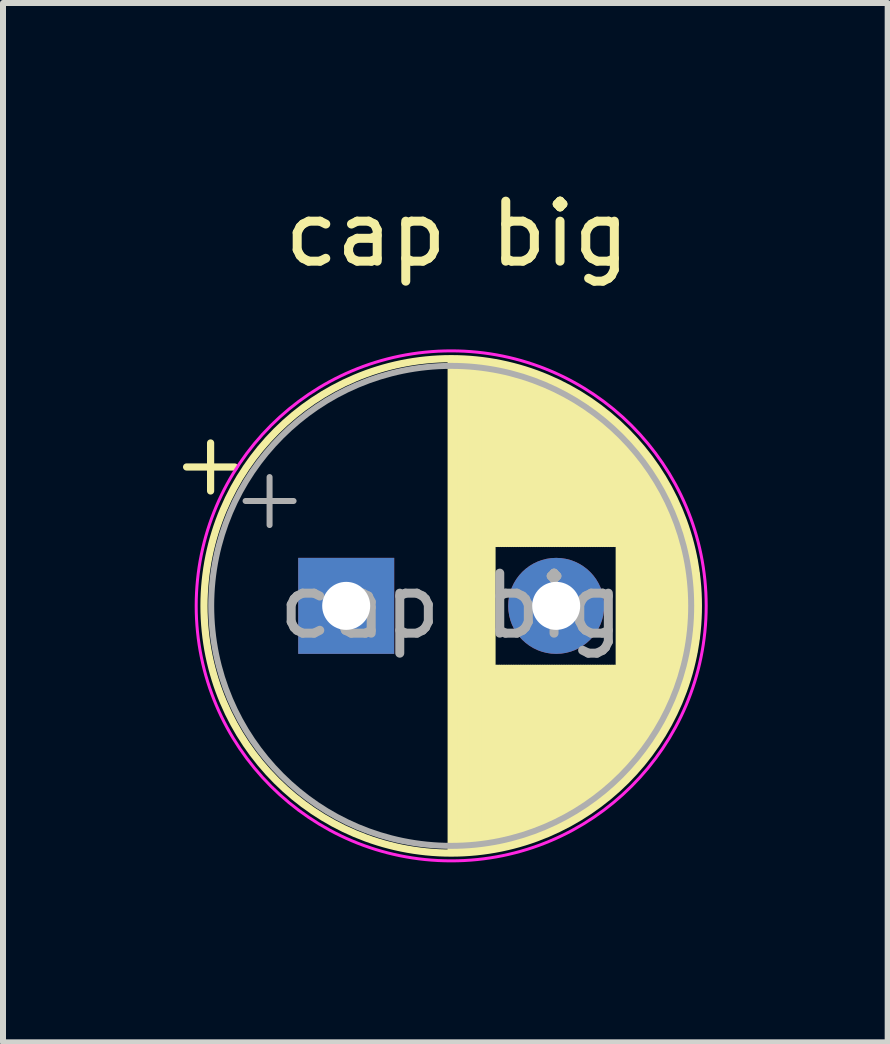
<source format=kicad_pcb>
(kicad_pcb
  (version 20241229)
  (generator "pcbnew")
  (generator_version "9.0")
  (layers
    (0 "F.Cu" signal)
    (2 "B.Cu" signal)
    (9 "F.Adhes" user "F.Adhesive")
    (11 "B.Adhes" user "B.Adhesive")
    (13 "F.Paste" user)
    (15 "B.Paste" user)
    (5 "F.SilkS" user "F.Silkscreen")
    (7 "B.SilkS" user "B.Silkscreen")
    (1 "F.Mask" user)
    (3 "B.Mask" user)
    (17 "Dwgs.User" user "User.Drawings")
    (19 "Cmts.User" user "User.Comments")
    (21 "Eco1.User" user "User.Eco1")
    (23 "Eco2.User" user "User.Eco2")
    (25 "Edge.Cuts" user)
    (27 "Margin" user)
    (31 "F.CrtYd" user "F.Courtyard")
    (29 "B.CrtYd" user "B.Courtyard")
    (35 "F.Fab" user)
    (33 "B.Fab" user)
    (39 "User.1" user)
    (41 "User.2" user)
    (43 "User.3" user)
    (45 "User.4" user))
  (footprint "cap big"
    (layer "F.Cu")
    (at 4.47 7.048)
    (property "Reference" "cap big" (at 0.1 -6.2 0) (unlocked yes) (layer "F.SilkS") (effects (font (size 1 1) (thickness 0.15))))
    (attr through_hole)
    (fp_line (start -4.41 -2.315) (end -3.61 -2.315) (stroke (width 0.12) (type solid)) (layer "F.SilkS"))
    (fp_line (start -4.01 -2.715) (end -4.01 -1.915) (stroke (width 0.12) (type solid)) (layer "F.SilkS"))
    (fp_line (start 0 -4.08) (end 0 4.08) (stroke (width 0.12) (type solid)) (layer "F.SilkS"))
    (fp_line (start 0.04 -4.08) (end 0.04 4.08) (stroke (width 0.12) (type solid)) (layer "F.SilkS"))
    (fp_line (start 0.08 -4.08) (end 0.08 4.08) (stroke (width 0.12) (type solid)) (layer "F.SilkS"))
    (fp_line (start 0.12 -4.079) (end 0.12 4.079) (stroke (width 0.12) (type solid)) (layer "F.SilkS"))
    (fp_line (start 0.16 -4.077) (end 0.16 4.077) (stroke (width 0.12) (type solid)) (layer "F.SilkS"))
    (fp_line (start 0.2 -4.076) (end 0.2 4.076) (stroke (width 0.12) (type solid)) (layer "F.SilkS"))
    (fp_line (start 0.24 -4.074) (end 0.24 4.074) (stroke (width 0.12) (type solid)) (layer "F.SilkS"))
    (fp_line (start 0.28 -4.071) (end 0.28 4.071) (stroke (width 0.12) (type solid)) (layer "F.SilkS"))
    (fp_line (start 0.32 -4.068) (end 0.32 4.068) (stroke (width 0.12) (type solid)) (layer "F.SilkS"))
    (fp_line (start 0.36 -4.065) (end 0.36 4.065) (stroke (width 0.12) (type solid)) (layer "F.SilkS"))
    (fp_line (start 0.4 -4.061) (end 0.4 4.061) (stroke (width 0.12) (type solid)) (layer "F.SilkS"))
    (fp_line (start 0.44 -4.057) (end 0.44 4.057) (stroke (width 0.12) (type solid)) (layer "F.SilkS"))
    (fp_line (start 0.48 -4.052) (end 0.48 4.052) (stroke (width 0.12) (type solid)) (layer "F.SilkS"))
    (fp_line (start 0.52 -4.048) (end 0.52 4.048) (stroke (width 0.12) (type solid)) (layer "F.SilkS"))
    (fp_line (start 0.56 -4.042) (end 0.56 4.042) (stroke (width 0.12) (type solid)) (layer "F.SilkS"))
    (fp_line (start 0.6 -4.037) (end 0.6 4.037) (stroke (width 0.12) (type solid)) (layer "F.SilkS"))
    (fp_line (start 0.64 -4.03) (end 0.64 4.03) (stroke (width 0.12) (type solid)) (layer "F.SilkS"))
    (fp_line (start 0.68 -4.024) (end 0.68 4.024) (stroke (width 0.12) (type solid)) (layer "F.SilkS"))
    (fp_line (start 0.721 -4.017) (end 0.721 -1.04) (stroke (width 0.12) (type solid)) (layer "F.SilkS"))
    (fp_line (start 0.721 1.04) (end 0.721 4.017) (stroke (width 0.12) (type solid)) (layer "F.SilkS"))
    (fp_line (start 0.761 -4.01) (end 0.761 -1.04) (stroke (width 0.12) (type solid)) (layer "F.SilkS"))
    (fp_line (start 0.761 1.04) (end 0.761 4.01) (stroke (width 0.12) (type solid)) (layer "F.SilkS"))
    (fp_line (start 0.801 -4.002) (end 0.801 -1.04) (stroke (width 0.12) (type solid)) (layer "F.SilkS"))
    (fp_line (start 0.801 1.04) (end 0.801 4.002) (stroke (width 0.12) (type solid)) (layer "F.SilkS"))
    (fp_line (start 0.841 -3.994) (end 0.841 -1.04) (stroke (width 0.12) (type solid)) (layer "F.SilkS"))
    (fp_line (start 0.841 1.04) (end 0.841 3.994) (stroke (width 0.12) (type solid)) (layer "F.SilkS"))
    (fp_line (start 0.881 -3.985) (end 0.881 -1.04) (stroke (width 0.12) (type solid)) (layer "F.SilkS"))
    (fp_line (start 0.881 1.04) (end 0.881 3.985) (stroke (width 0.12) (type solid)) (layer "F.SilkS"))
    (fp_line (start 0.921 -3.976) (end 0.921 -1.04) (stroke (width 0.12) (type solid)) (layer "F.SilkS"))
    (fp_line (start 0.921 1.04) (end 0.921 3.976) (stroke (width 0.12) (type solid)) (layer "F.SilkS"))
    (fp_line (start 0.961 -3.967) (end 0.961 -1.04) (stroke (width 0.12) (type solid)) (layer "F.SilkS"))
    (fp_line (start 0.961 1.04) (end 0.961 3.967) (stroke (width 0.12) (type solid)) (layer "F.SilkS"))
    (fp_line (start 1.001 -3.957) (end 1.001 -1.04) (stroke (width 0.12) (type solid)) (layer "F.SilkS"))
    (fp_line (start 1.001 1.04) (end 1.001 3.957) (stroke (width 0.12) (type solid)) (layer "F.SilkS"))
    (fp_line (start 1.041 -3.947) (end 1.041 -1.04) (stroke (width 0.12) (type solid)) (layer "F.SilkS"))
    (fp_line (start 1.041 1.04) (end 1.041 3.947) (stroke (width 0.12) (type solid)) (layer "F.SilkS"))
    (fp_line (start 1.081 -3.936) (end 1.081 -1.04) (stroke (width 0.12) (type solid)) (layer "F.SilkS"))
    (fp_line (start 1.081 1.04) (end 1.081 3.936) (stroke (width 0.12) (type solid)) (layer "F.SilkS"))
    (fp_line (start 1.121 -3.925) (end 1.121 -1.04) (stroke (width 0.12) (type solid)) (layer "F.SilkS"))
    (fp_line (start 1.121 1.04) (end 1.121 3.925) (stroke (width 0.12) (type solid)) (layer "F.SilkS"))
    (fp_line (start 1.161 -3.914) (end 1.161 -1.04) (stroke (width 0.12) (type solid)) (layer "F.SilkS"))
    (fp_line (start 1.161 1.04) (end 1.161 3.914) (stroke (width 0.12) (type solid)) (layer "F.SilkS"))
    (fp_line (start 1.201 -3.902) (end 1.201 -1.04) (stroke (width 0.12) (type solid)) (layer "F.SilkS"))
    (fp_line (start 1.201 1.04) (end 1.201 3.902) (stroke (width 0.12) (type solid)) (layer "F.SilkS"))
    (fp_line (start 1.241 -3.889) (end 1.241 -1.04) (stroke (width 0.12) (type solid)) (layer "F.SilkS"))
    (fp_line (start 1.241 1.04) (end 1.241 3.889) (stroke (width 0.12) (type solid)) (layer "F.SilkS"))
    (fp_line (start 1.281 -3.877) (end 1.281 -1.04) (stroke (width 0.12) (type solid)) (layer "F.SilkS"))
    (fp_line (start 1.281 1.04) (end 1.281 3.877) (stroke (width 0.12) (type solid)) (layer "F.SilkS"))
    (fp_line (start 1.321 -3.863) (end 1.321 -1.04) (stroke (width 0.12) (type solid)) (layer "F.SilkS"))
    (fp_line (start 1.321 1.04) (end 1.321 3.863) (stroke (width 0.12) (type solid)) (layer "F.SilkS"))
    (fp_line (start 1.361 -3.85) (end 1.361 -1.04) (stroke (width 0.12) (type solid)) (layer "F.SilkS"))
    (fp_line (start 1.361 1.04) (end 1.361 3.85) (stroke (width 0.12) (type solid)) (layer "F.SilkS"))
    (fp_line (start 1.401 -3.835) (end 1.401 -1.04) (stroke (width 0.12) (type solid)) (layer "F.SilkS"))
    (fp_line (start 1.401 1.04) (end 1.401 3.835) (stroke (width 0.12) (type solid)) (layer "F.SilkS"))
    (fp_line (start 1.441 -3.821) (end 1.441 -1.04) (stroke (width 0.12) (type solid)) (layer "F.SilkS"))
    (fp_line (start 1.441 1.04) (end 1.441 3.821) (stroke (width 0.12) (type solid)) (layer "F.SilkS"))
    (fp_line (start 1.481 -3.805) (end 1.481 -1.04) (stroke (width 0.12) (type solid)) (layer "F.SilkS"))
    (fp_line (start 1.481 1.04) (end 1.481 3.805) (stroke (width 0.12) (type solid)) (layer "F.SilkS"))
    (fp_line (start 1.521 -3.79) (end 1.521 -1.04) (stroke (width 0.12) (type solid)) (layer "F.SilkS"))
    (fp_line (start 1.521 1.04) (end 1.521 3.79) (stroke (width 0.12) (type solid)) (layer "F.SilkS"))
    (fp_line (start 1.561 -3.774) (end 1.561 -1.04) (stroke (width 0.12) (type solid)) (layer "F.SilkS"))
    (fp_line (start 1.561 1.04) (end 1.561 3.774) (stroke (width 0.12) (type solid)) (layer "F.SilkS"))
    (fp_line (start 1.601 -3.757) (end 1.601 -1.04) (stroke (width 0.12) (type solid)) (layer "F.SilkS"))
    (fp_line (start 1.601 1.04) (end 1.601 3.757) (stroke (width 0.12) (type solid)) (layer "F.SilkS"))
    (fp_line (start 1.641 -3.74) (end 1.641 -1.04) (stroke (width 0.12) (type solid)) (layer "F.SilkS"))
    (fp_line (start 1.641 1.04) (end 1.641 3.74) (stroke (width 0.12) (type solid)) (layer "F.SilkS"))
    (fp_line (start 1.681 -3.722) (end 1.681 -1.04) (stroke (width 0.12) (type solid)) (layer "F.SilkS"))
    (fp_line (start 1.681 1.04) (end 1.681 3.722) (stroke (width 0.12) (type solid)) (layer "F.SilkS"))
    (fp_line (start 1.721 -3.704) (end 1.721 -1.04) (stroke (width 0.12) (type solid)) (layer "F.SilkS"))
    (fp_line (start 1.721 1.04) (end 1.721 3.704) (stroke (width 0.12) (type solid)) (layer "F.SilkS"))
    (fp_line (start 1.761 -3.686) (end 1.761 -1.04) (stroke (width 0.12) (type solid)) (layer "F.SilkS"))
    (fp_line (start 1.761 1.04) (end 1.761 3.686) (stroke (width 0.12) (type solid)) (layer "F.SilkS"))
    (fp_line (start 1.801 -3.666) (end 1.801 -1.04) (stroke (width 0.12) (type solid)) (layer "F.SilkS"))
    (fp_line (start 1.801 1.04) (end 1.801 3.666) (stroke (width 0.12) (type solid)) (layer "F.SilkS"))
    (fp_line (start 1.841 -3.647) (end 1.841 -1.04) (stroke (width 0.12) (type solid)) (layer "F.SilkS"))
    (fp_line (start 1.841 1.04) (end 1.841 3.647) (stroke (width 0.12) (type solid)) (layer "F.SilkS"))
    (fp_line (start 1.881 -3.627) (end 1.881 -1.04) (stroke (width 0.12) (type solid)) (layer "F.SilkS"))
    (fp_line (start 1.881 1.04) (end 1.881 3.627) (stroke (width 0.12) (type solid)) (layer "F.SilkS"))
    (fp_line (start 1.921 -3.606) (end 1.921 -1.04) (stroke (width 0.12) (type solid)) (layer "F.SilkS"))
    (fp_line (start 1.921 1.04) (end 1.921 3.606) (stroke (width 0.12) (type solid)) (layer "F.SilkS"))
    (fp_line (start 1.961 -3.584) (end 1.961 -1.04) (stroke (width 0.12) (type solid)) (layer "F.SilkS"))
    (fp_line (start 1.961 1.04) (end 1.961 3.584) (stroke (width 0.12) (type solid)) (layer "F.SilkS"))
    (fp_line (start 2.001 -3.562) (end 2.001 -1.04) (stroke (width 0.12) (type solid)) (layer "F.SilkS"))
    (fp_line (start 2.001 1.04) (end 2.001 3.562) (stroke (width 0.12) (type solid)) (layer "F.SilkS"))
    (fp_line (start 2.041 -3.54) (end 2.041 -1.04) (stroke (width 0.12) (type solid)) (layer "F.SilkS"))
    (fp_line (start 2.041 1.04) (end 2.041 3.54) (stroke (width 0.12) (type solid)) (layer "F.SilkS"))
    (fp_line (start 2.081 -3.517) (end 2.081 -1.04) (stroke (width 0.12) (type solid)) (layer "F.SilkS"))
    (fp_line (start 2.081 1.04) (end 2.081 3.517) (stroke (width 0.12) (type solid)) (layer "F.SilkS"))
    (fp_line (start 2.121 -3.493) (end 2.121 -1.04) (stroke (width 0.12) (type solid)) (layer "F.SilkS"))
    (fp_line (start 2.121 1.04) (end 2.121 3.493) (stroke (width 0.12) (type solid)) (layer "F.SilkS"))
    (fp_line (start 2.161 -3.469) (end 2.161 -1.04) (stroke (width 0.12) (type solid)) (layer "F.SilkS"))
    (fp_line (start 2.161 1.04) (end 2.161 3.469) (stroke (width 0.12) (type solid)) (layer "F.SilkS"))
    (fp_line (start 2.201 -3.444) (end 2.201 -1.04) (stroke (width 0.12) (type solid)) (layer "F.SilkS"))
    (fp_line (start 2.201 1.04) (end 2.201 3.444) (stroke (width 0.12) (type solid)) (layer "F.SilkS"))
    (fp_line (start 2.241 -3.418) (end 2.241 -1.04) (stroke (width 0.12) (type solid)) (layer "F.SilkS"))
    (fp_line (start 2.241 1.04) (end 2.241 3.418) (stroke (width 0.12) (type solid)) (layer "F.SilkS"))
    (fp_line (start 2.281 -3.392) (end 2.281 -1.04) (stroke (width 0.12) (type solid)) (layer "F.SilkS"))
    (fp_line (start 2.281 1.04) (end 2.281 3.392) (stroke (width 0.12) (type solid)) (layer "F.SilkS"))
    (fp_line (start 2.321 -3.365) (end 2.321 -1.04) (stroke (width 0.12) (type solid)) (layer "F.SilkS"))
    (fp_line (start 2.321 1.04) (end 2.321 3.365) (stroke (width 0.12) (type solid)) (layer "F.SilkS"))
    (fp_line (start 2.361 -3.338) (end 2.361 -1.04) (stroke (width 0.12) (type solid)) (layer "F.SilkS"))
    (fp_line (start 2.361 1.04) (end 2.361 3.338) (stroke (width 0.12) (type solid)) (layer "F.SilkS"))
    (fp_line (start 2.401 -3.309) (end 2.401 -1.04) (stroke (width 0.12) (type solid)) (layer "F.SilkS"))
    (fp_line (start 2.401 1.04) (end 2.401 3.309) (stroke (width 0.12) (type solid)) (layer "F.SilkS"))
    (fp_line (start 2.441 -3.28) (end 2.441 -1.04) (stroke (width 0.12) (type solid)) (layer "F.SilkS"))
    (fp_line (start 2.441 1.04) (end 2.441 3.28) (stroke (width 0.12) (type solid)) (layer "F.SilkS"))
    (fp_line (start 2.481 -3.25) (end 2.481 -1.04) (stroke (width 0.12) (type solid)) (layer "F.SilkS"))
    (fp_line (start 2.481 1.04) (end 2.481 3.25) (stroke (width 0.12) (type solid)) (layer "F.SilkS"))
    (fp_line (start 2.521 -3.22) (end 2.521 -1.04) (stroke (width 0.12) (type solid)) (layer "F.SilkS"))
    (fp_line (start 2.521 1.04) (end 2.521 3.22) (stroke (width 0.12) (type solid)) (layer "F.SilkS"))
    (fp_line (start 2.561 -3.189) (end 2.561 -1.04) (stroke (width 0.12) (type solid)) (layer "F.SilkS"))
    (fp_line (start 2.561 1.04) (end 2.561 3.189) (stroke (width 0.12) (type solid)) (layer "F.SilkS"))
    (fp_line (start 2.601 -3.156) (end 2.601 -1.04) (stroke (width 0.12) (type solid)) (layer "F.SilkS"))
    (fp_line (start 2.601 1.04) (end 2.601 3.156) (stroke (width 0.12) (type solid)) (layer "F.SilkS"))
    (fp_line (start 2.641 -3.124) (end 2.641 -1.04) (stroke (width 0.12) (type solid)) (layer "F.SilkS"))
    (fp_line (start 2.641 1.04) (end 2.641 3.124) (stroke (width 0.12) (type solid)) (layer "F.SilkS"))
    (fp_line (start 2.681 -3.09) (end 2.681 -1.04) (stroke (width 0.12) (type solid)) (layer "F.SilkS"))
    (fp_line (start 2.681 1.04) (end 2.681 3.09) (stroke (width 0.12) (type solid)) (layer "F.SilkS"))
    (fp_line (start 2.721 -3.055) (end 2.721 -1.04) (stroke (width 0.12) (type solid)) (layer "F.SilkS"))
    (fp_line (start 2.721 1.04) (end 2.721 3.055) (stroke (width 0.12) (type solid)) (layer "F.SilkS"))
    (fp_line (start 2.761 -3.019) (end 2.761 -1.04) (stroke (width 0.12) (type solid)) (layer "F.SilkS"))
    (fp_line (start 2.761 1.04) (end 2.761 3.019) (stroke (width 0.12) (type solid)) (layer "F.SilkS"))
    (fp_line (start 2.801 -2.983) (end 2.801 2.983) (stroke (width 0.12) (type solid)) (layer "F.SilkS"))
    (fp_line (start 2.841 -2.945) (end 2.841 2.945) (stroke (width 0.12) (type solid)) (layer "F.SilkS"))
    (fp_line (start 2.881 -2.907) (end 2.881 2.907) (stroke (width 0.12) (type solid)) (layer "F.SilkS"))
    (fp_line (start 2.921 -2.867) (end 2.921 2.867) (stroke (width 0.12) (type solid)) (layer "F.SilkS"))
    (fp_line (start 2.961 -2.826) (end 2.961 2.826) (stroke (width 0.12) (type solid)) (layer "F.SilkS"))
    (fp_line (start 3.001 -2.784) (end 3.001 2.784) (stroke (width 0.12) (type solid)) (layer "F.SilkS"))
    (fp_line (start 3.041 -2.741) (end 3.041 2.741) (stroke (width 0.12) (type solid)) (layer "F.SilkS"))
    (fp_line (start 3.081 -2.697) (end 3.081 2.697) (stroke (width 0.12) (type solid)) (layer "F.SilkS"))
    (fp_line (start 3.121 -2.651) (end 3.121 2.651) (stroke (width 0.12) (type solid)) (layer "F.SilkS"))
    (fp_line (start 3.161 -2.604) (end 3.161 2.604) (stroke (width 0.12) (type solid)) (layer "F.SilkS"))
    (fp_line (start 3.201 -2.556) (end 3.201 2.556) (stroke (width 0.12) (type solid)) (layer "F.SilkS"))
    (fp_line (start 3.241 -2.505) (end 3.241 2.505) (stroke (width 0.12) (type solid)) (layer "F.SilkS"))
    (fp_line (start 3.281 -2.454) (end 3.281 2.454) (stroke (width 0.12) (type solid)) (layer "F.SilkS"))
    (fp_line (start 3.321 -2.4) (end 3.321 2.4) (stroke (width 0.12) (type solid)) (layer "F.SilkS"))
    (fp_line (start 3.361 -2.345) (end 3.361 2.345) (stroke (width 0.12) (type solid)) (layer "F.SilkS"))
    (fp_line (start 3.401 -2.287) (end 3.401 2.287) (stroke (width 0.12) (type solid)) (layer "F.SilkS"))
    (fp_line (start 3.441 -2.228) (end 3.441 2.228) (stroke (width 0.12) (type solid)) (layer "F.SilkS"))
    (fp_line (start 3.481 -2.166) (end 3.481 2.166) (stroke (width 0.12) (type solid)) (layer "F.SilkS"))
    (fp_line (start 3.521 -2.102) (end 3.521 2.102) (stroke (width 0.12) (type solid)) (layer "F.SilkS"))
    (fp_line (start 3.561 -2.034) (end 3.561 2.034) (stroke (width 0.12) (type solid)) (layer "F.SilkS"))
    (fp_line (start 3.601 -1.964) (end 3.601 1.964) (stroke (width 0.12) (type solid)) (layer "F.SilkS"))
    (fp_line (start 3.641 -1.89) (end 3.641 1.89) (stroke (width 0.12) (type solid)) (layer "F.SilkS"))
    (fp_line (start 3.681 -1.813) (end 3.681 1.813) (stroke (width 0.12) (type solid)) (layer "F.SilkS"))
    (fp_line (start 3.721 -1.731) (end 3.721 1.731) (stroke (width 0.12) (type solid)) (layer "F.SilkS"))
    (fp_line (start 3.761 -1.645) (end 3.761 1.645) (stroke (width 0.12) (type solid)) (layer "F.SilkS"))
    (fp_line (start 3.801 -1.552) (end 3.801 1.552) (stroke (width 0.12) (type solid)) (layer "F.SilkS"))
    (fp_line (start 3.841 -1.453) (end 3.841 1.453) (stroke (width 0.12) (type solid)) (layer "F.SilkS"))
    (fp_line (start 3.881 -1.346) (end 3.881 1.346) (stroke (width 0.12) (type solid)) (layer "F.SilkS"))
    (fp_line (start 3.921 -1.229) (end 3.921 1.229) (stroke (width 0.12) (type solid)) (layer "F.SilkS"))
    (fp_line (start 3.961 -1.098) (end 3.961 1.098) (stroke (width 0.12) (type solid)) (layer "F.SilkS"))
    (fp_line (start 4.001 -0.948) (end 4.001 0.948) (stroke (width 0.12) (type solid)) (layer "F.SilkS"))
    (fp_line (start 4.041 -0.768) (end 4.041 0.768) (stroke (width 0.12) (type solid)) (layer "F.SilkS"))
    (fp_line (start 4.081 -0.533) (end 4.081 0.533) (stroke (width 0.12) (type solid)) (layer "F.SilkS"))
    (fp_circle (center 0 0) (end 4.12 0) (stroke (width 0.12) (type solid)) (fill no) (layer "F.SilkS"))
    (fp_circle (center 0 0) (end 4.25 0) (stroke (width 0.05) (type solid)) (fill no) (layer "F.CrtYd"))
    (fp_line (start -3.427 -1.748) (end -2.627 -1.748) (stroke (width 0.1) (type solid)) (layer "F.Fab"))
    (fp_line (start -3.027 -2.147) (end -3.027 -1.347) (stroke (width 0.1) (type solid)) (layer "F.Fab"))
    (fp_circle (center 0 0) (end 4 0) (stroke (width 0.1) (type solid)) (fill no) (layer "F.Fab"))
    (fp_text user "${REFERENCE}" (at 0 0 0) (layer "F.Fab") (effects (font (size 1 1) (thickness 0.15))))
    (pad "1" thru_hole rect (at -1.75 0) (size 1.6 1.6) (drill 0.8) (layers "*.Cu" "*.Mask"))
    (pad "2" thru_hole circle (at 1.75 0) (size 1.6 1.6) (drill 0.8) (layers "*.Cu" "*.Mask")))
  (gr_rect
    (start -3 -3)
    (end 11.745 14.323)
    (stroke (width 0.1) (type default))
    (fill no)
    (layer "Edge.Cuts")))
</source>
